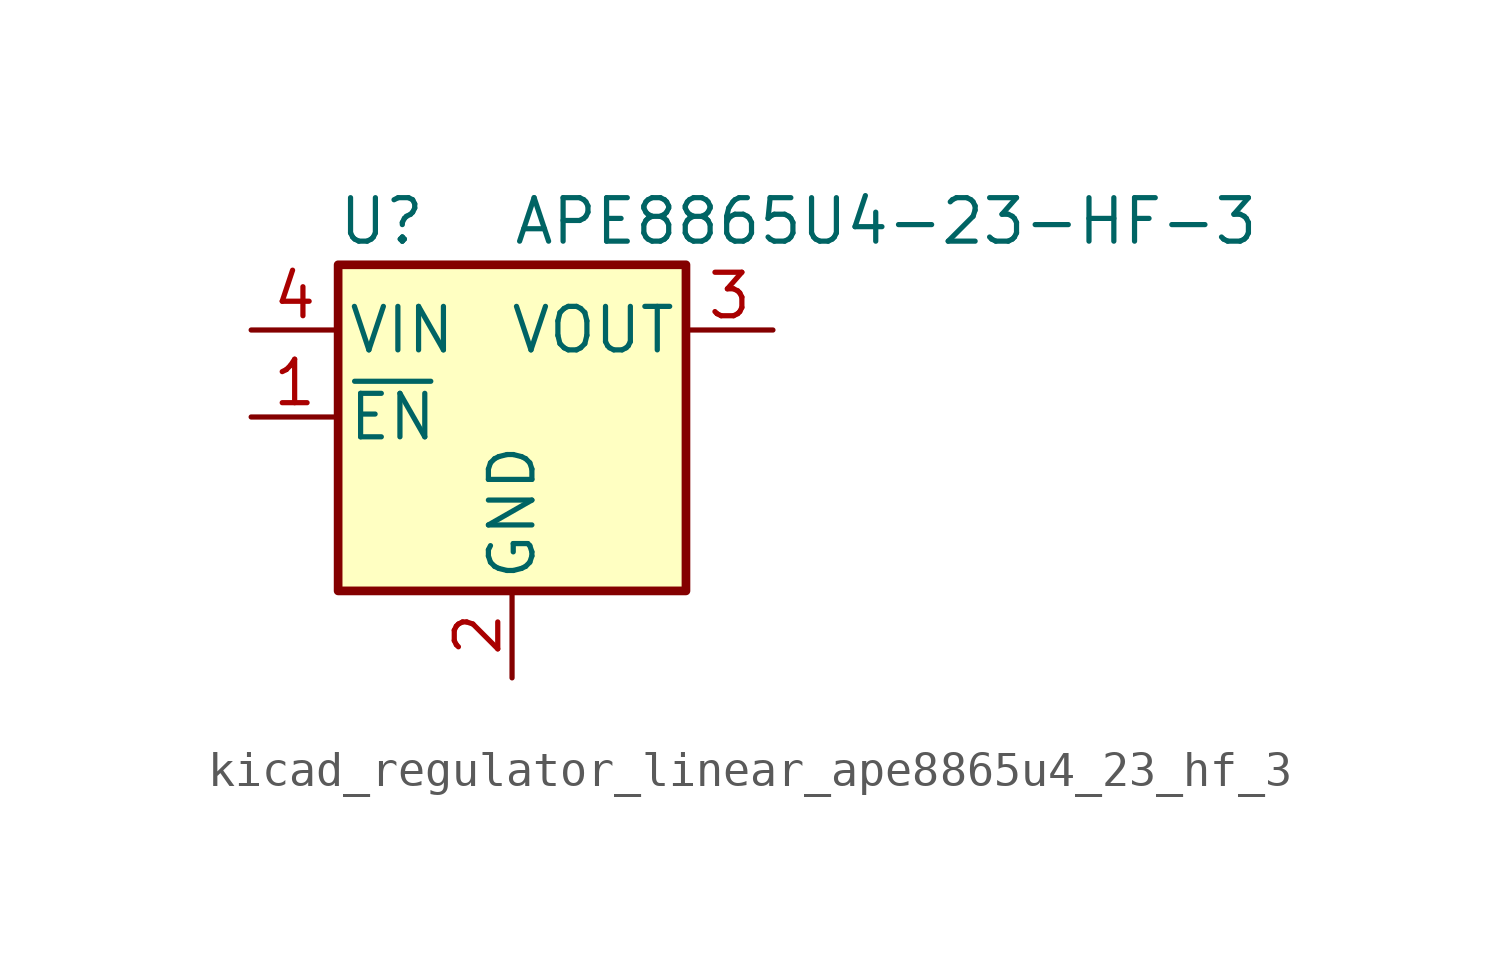
<source format=kicad_sym>
(kicad_symbol_lib
  (version 20220914)
  (generator kicad_symbol_editor)
  (symbol "kicad_regulator_linear_ape8865u4_23_hf_3"
    (pin_names
      (offset 0.254))
    (property "Reference" "U"
      (at -3.81 5.715 0)
      (effects (font (size 1.27 1.27))))
    (property "Value" "APE8865U4-23-HF-3"
      (at 0 5.715 0)
      (effects (font (size 1.27 1.27)) (justify left)))
    (symbol "kicad_regulator_linear_ape8865u4_23_hf_3_0_1"
      (rectangle (start -5.08 4.445) (end 5.08 -5.08) (stroke (width 0.254) (type default)) (fill (type background))))
    (symbol "kicad_regulator_linear_ape8865u4_23_hf_3_1_1"
      (pin input line (at -7.62 0 0) (length 2.54) (name "~{EN}" (effects (font (size 1.27 1.27)))) (number "1" (effects (font (size 1.27 1.27)))))
      (pin power_in line (at 0 -7.62 90) (length 2.54) (name "GND" (effects (font (size 1.27 1.27)))) (number "2" (effects (font (size 1.27 1.27)))))
      (pin power_out line (at 7.62 2.54 180) (length 2.54) (name "VOUT" (effects (font (size 1.27 1.27)))) (number "3" (effects (font (size 1.27 1.27)))))
      (pin power_in line (at -7.62 2.54 0) (length 2.54) (name "VIN" (effects (font (size 1.27 1.27)))) (number "4" (effects (font (size 1.27 1.27))))))))
</source>
